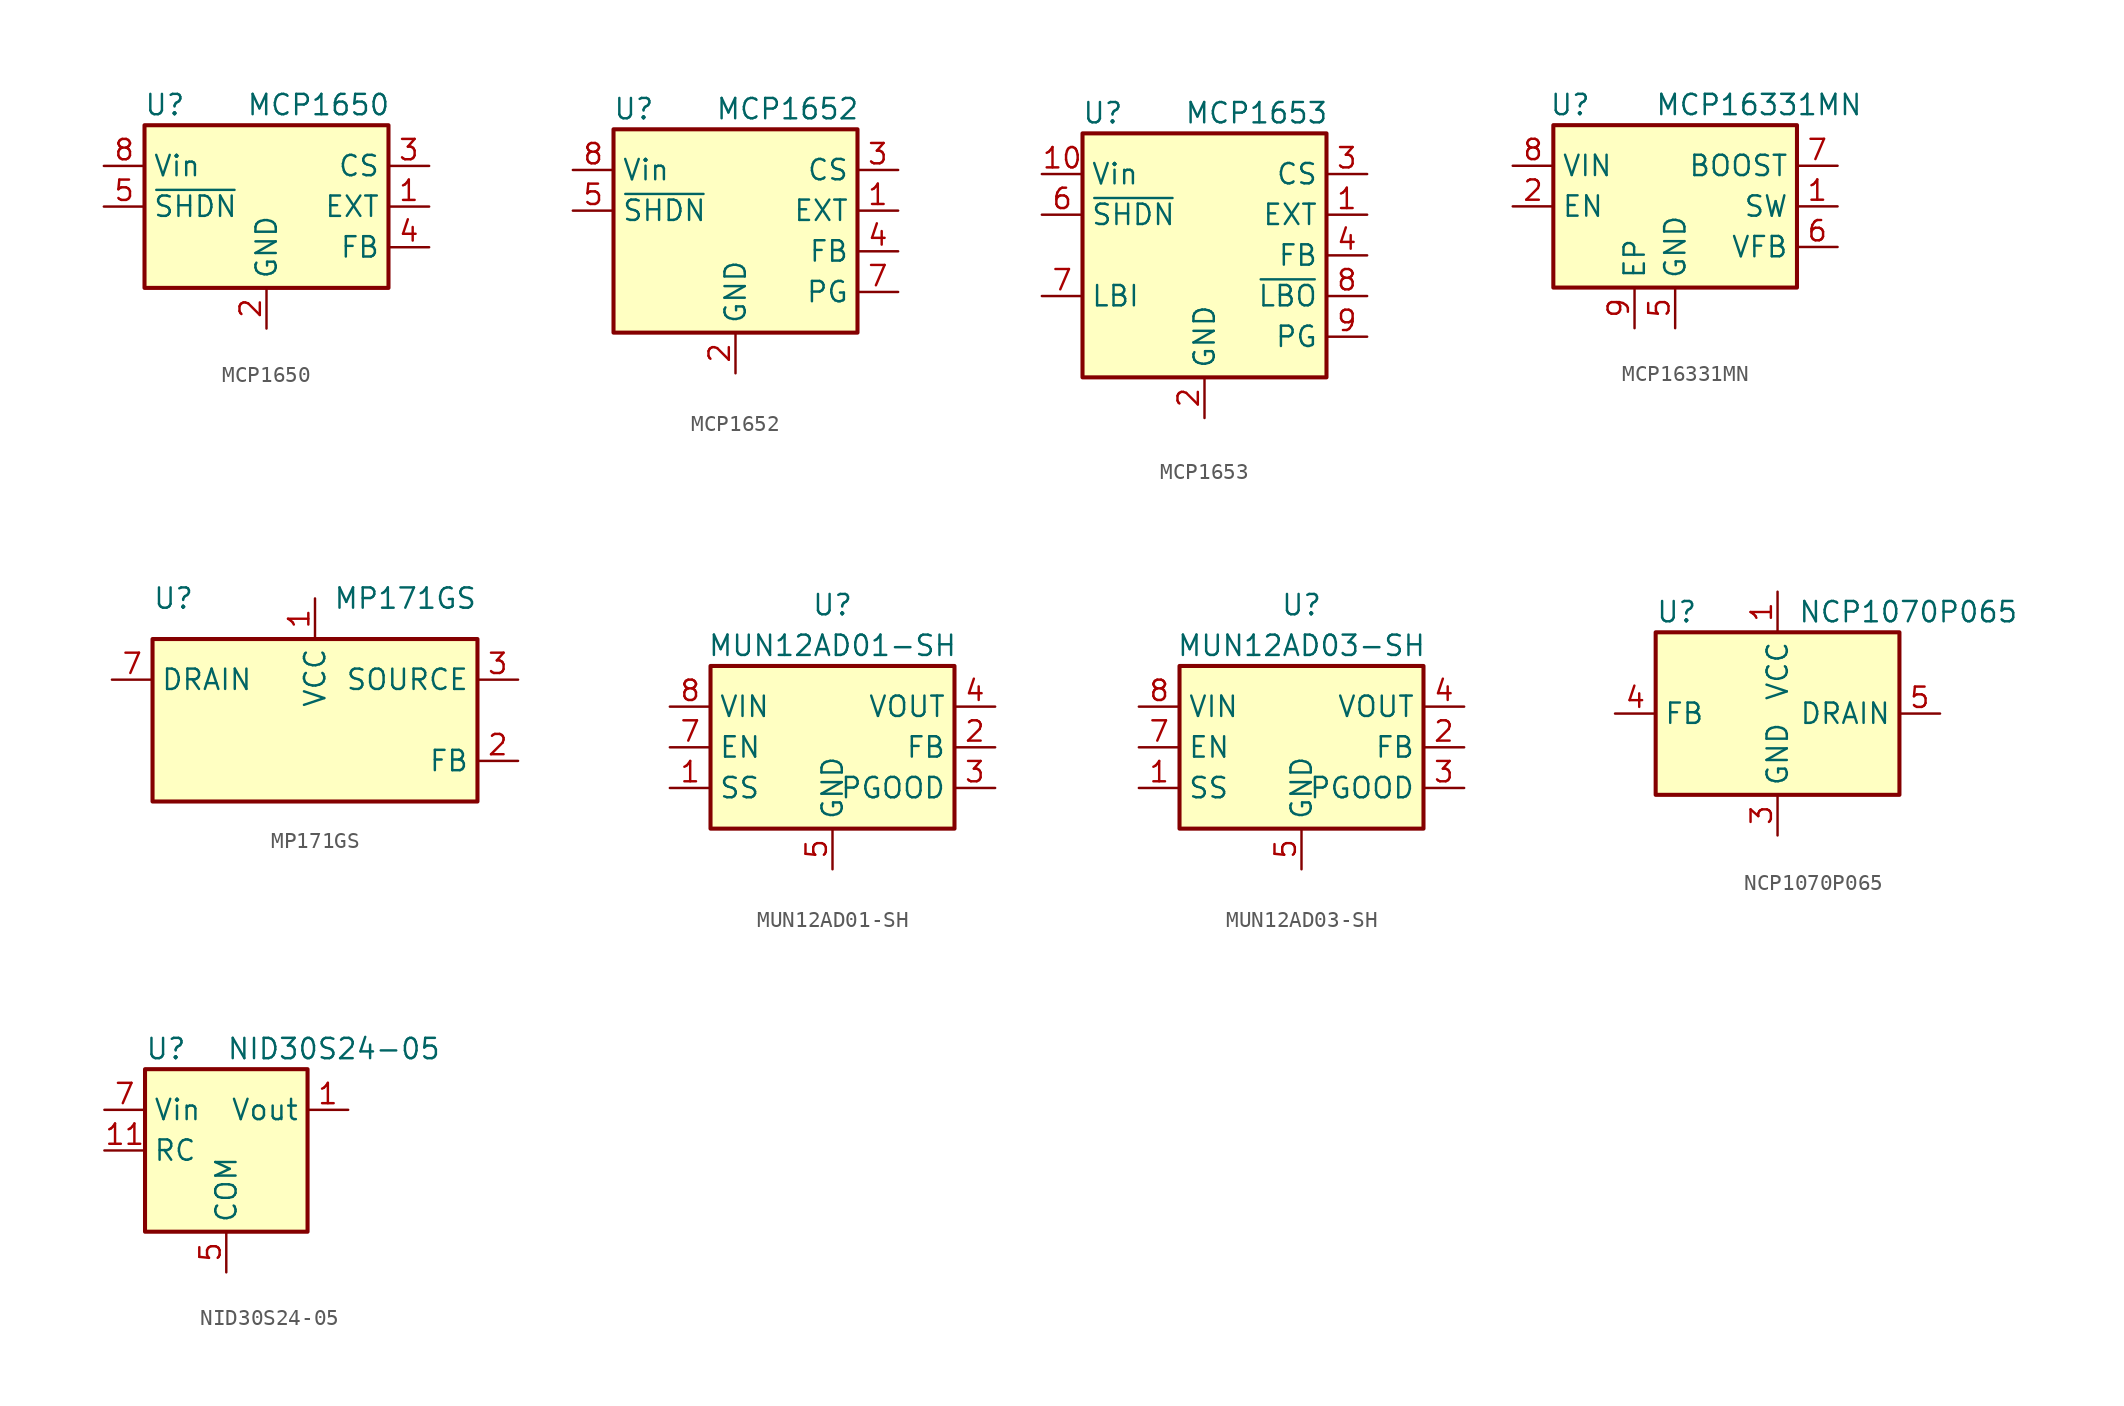
<source format=kicad_sym>
(kicad_symbol_lib
  (version 20201005)
  (generator kicad_symbol_editor)
  (symbol "Regulator_Switching:MCP1650"
    (property "Reference" "U"
      (at -6.35 6.35 0)
      (effects (font (size 1.27 1.27))))
    (property "Value" "MCP1650"
      (at -1.27 6.35 0)
      (effects (font (size 1.27 1.27)) (justify left)))
    (symbol "MCP1650_0_1"
      (rectangle (start -7.62 5.08) (end 7.62 -5.08) (stroke (width 0.254)) (fill (type background))))
    (symbol "MCP1650_1_1"
      (pin open_emitter line (at 10.16 0 180) (length 2.54) (name "EXT" (effects (font (size 1.27 1.27)))) (number "1" (effects (font (size 1.27 1.27)))))
      (pin power_in line (at 0 -7.62 90) (length 2.54) (name "GND" (effects (font (size 1.27 1.27)))) (number "2" (effects (font (size 1.27 1.27)))))
      (pin input line (at 10.16 2.54 180) (length 2.54) (name "CS" (effects (font (size 1.27 1.27)))) (number "3" (effects (font (size 1.27 1.27)))))
      (pin input line (at 10.16 -2.54 180) (length 2.54) (name "FB" (effects (font (size 1.27 1.27)))) (number "4" (effects (font (size 1.27 1.27)))))
      (pin input line (at -10.16 0 0) (length 2.54) (name "~SHDN" (effects (font (size 1.27 1.27)))) (number "5" (effects (font (size 1.27 1.27)))))
      (pin no_connect line (at -2.54 -5.08 90) (length 2.54) hide (name "NC" (effects (font (size 1.27 1.27)))) (number "6" (effects (font (size 1.27 1.27)))))
      (pin no_connect line (at -7.62 -2.54 0) (length 2.54) hide (name "NC" (effects (font (size 1.27 1.27)))) (number "7" (effects (font (size 1.27 1.27)))))
      (pin power_in line (at -10.16 2.54 0) (length 2.54) (name "Vin" (effects (font (size 1.27 1.27)))) (number "8" (effects (font (size 1.27 1.27)))))))
  (symbol "Regulator_Switching:MCP1652"
    (property "Reference" "U"
      (at -6.35 6.35 0)
      (effects (font (size 1.27 1.27))))
    (property "Value" "MCP1652"
      (at -1.27 6.35 0)
      (effects (font (size 1.27 1.27)) (justify left)))
    (symbol "MCP1652_0_1"
      (rectangle (start -7.62 5.08) (end 7.62 -7.62) (stroke (width 0.254)) (fill (type background))))
    (symbol "MCP1652_1_1"
      (pin open_emitter line (at 10.16 0 180) (length 2.54) (name "EXT" (effects (font (size 1.27 1.27)))) (number "1" (effects (font (size 1.27 1.27)))))
      (pin power_in line (at 0 -10.16 90) (length 2.54) (name "GND" (effects (font (size 1.27 1.27)))) (number "2" (effects (font (size 1.27 1.27)))))
      (pin input line (at 10.16 2.54 180) (length 2.54) (name "CS" (effects (font (size 1.27 1.27)))) (number "3" (effects (font (size 1.27 1.27)))))
      (pin input line (at 10.16 -2.54 180) (length 2.54) (name "FB" (effects (font (size 1.27 1.27)))) (number "4" (effects (font (size 1.27 1.27)))))
      (pin input line (at -10.16 0 0) (length 2.54) (name "~SHDN" (effects (font (size 1.27 1.27)))) (number "5" (effects (font (size 1.27 1.27)))))
      (pin no_connect line (at -2.54 -7.62 90) (length 2.54) hide (name "NC" (effects (font (size 1.27 1.27)))) (number "6" (effects (font (size 1.27 1.27)))))
      (pin output line (at 10.16 -5.08 180) (length 2.54) (name "PG" (effects (font (size 1.27 1.27)))) (number "7" (effects (font (size 1.27 1.27)))))
      (pin power_in line (at -10.16 2.54 0) (length 2.54) (name "Vin" (effects (font (size 1.27 1.27)))) (number "8" (effects (font (size 1.27 1.27)))))))
  (symbol "Regulator_Switching:MCP1653"
    (property "Reference" "U"
      (at -6.35 8.89 0)
      (effects (font (size 1.27 1.27))))
    (property "Value" "MCP1653"
      (at -1.27 8.89 0)
      (effects (font (size 1.27 1.27)) (justify left)))
    (symbol "MCP1653_0_1"
      (rectangle (start -7.62 7.62) (end 7.62 -7.62) (stroke (width 0.254)) (fill (type background))))
    (symbol "MCP1653_1_1"
      (pin open_emitter line (at 10.16 2.54 180) (length 2.54) (name "EXT" (effects (font (size 1.27 1.27)))) (number "1" (effects (font (size 1.27 1.27)))))
      (pin power_in line (at -10.16 5.08 0) (length 2.54) (name "Vin" (effects (font (size 1.27 1.27)))) (number "10" (effects (font (size 1.27 1.27)))))
      (pin power_in line (at 0 -10.16 90) (length 2.54) (name "GND" (effects (font (size 1.27 1.27)))) (number "2" (effects (font (size 1.27 1.27)))))
      (pin input line (at 10.16 5.08 180) (length 2.54) (name "CS" (effects (font (size 1.27 1.27)))) (number "3" (effects (font (size 1.27 1.27)))))
      (pin input line (at 10.16 0 180) (length 2.54) (name "FB" (effects (font (size 1.27 1.27)))) (number "4" (effects (font (size 1.27 1.27)))))
      (pin no_connect line (at -7.62 0 0) (length 2.54) hide (name "NC" (effects (font (size 1.27 1.27)))) (number "5" (effects (font (size 1.27 1.27)))))
      (pin input line (at -10.16 2.54 0) (length 2.54) (name "~SHDN" (effects (font (size 1.27 1.27)))) (number "6" (effects (font (size 1.27 1.27)))))
      (pin input line (at -10.16 -2.54 0) (length 2.54) (name "LBI" (effects (font (size 1.27 1.27)))) (number "7" (effects (font (size 1.27 1.27)))))
      (pin output line (at 10.16 -2.54 180) (length 2.54) (name "~LBO" (effects (font (size 1.27 1.27)))) (number "8" (effects (font (size 1.27 1.27)))))
      (pin output line (at 10.16 -5.08 180) (length 2.54) (name "PG" (effects (font (size 1.27 1.27)))) (number "9" (effects (font (size 1.27 1.27)))))))
  (symbol "Regulator_Switching:MCP16331MN"
    (property "Reference" "U"
      (at -7.874 6.35 0)
      (effects (font (size 1.27 1.27)) (justify left)))
    (property "Value" "MCP16331MN"
      (at -1.27 6.35 0)
      (effects (font (size 1.27 1.27)) (justify left)))
    (symbol "MCP16331MN_0_1"
      (rectangle (start -7.62 5.08) (end 7.62 -5.08) (stroke (width 0.254)) (fill (type background))))
    (symbol "MCP16331MN_1_1"
      (pin output line (at 10.16 0 180) (length 2.54) (name "SW" (effects (font (size 1.27 1.27)))) (number "1" (effects (font (size 1.27 1.27)))))
      (pin input line (at -10.16 0 0) (length 2.54) (name "EN" (effects (font (size 1.27 1.27)))) (number "2" (effects (font (size 1.27 1.27)))))
      (pin no_connect line (at 2.54 -5.08 90) (length 2.54) hide (name "NC" (effects (font (size 1.27 1.27)))) (number "3" (effects (font (size 1.27 1.27)))))
      (pin no_connect line (at -7.62 -2.54 0) (length 2.54) hide (name "NC" (effects (font (size 1.27 1.27)))) (number "4" (effects (font (size 1.27 1.27)))))
      (pin power_in line (at 0 -7.62 90) (length 2.54) (name "GND" (effects (font (size 1.27 1.27)))) (number "5" (effects (font (size 1.27 1.27)))))
      (pin input line (at 10.16 -2.54 180) (length 2.54) (name "VFB" (effects (font (size 1.27 1.27)))) (number "6" (effects (font (size 1.27 1.27)))))
      (pin input line (at 10.16 2.54 180) (length 2.54) (name "BOOST" (effects (font (size 1.27 1.27)))) (number "7" (effects (font (size 1.27 1.27)))))
      (pin power_in line (at -10.16 2.54 0) (length 2.54) (name "VIN" (effects (font (size 1.27 1.27)))) (number "8" (effects (font (size 1.27 1.27)))))
      (pin power_in line (at -2.54 -7.62 90) (length 2.54) (name "EP" (effects (font (size 1.27 1.27)))) (number "9" (effects (font (size 1.27 1.27)))))))
  (symbol "Regulator_Switching:MP171GS"
    (property "Reference" "U"
      (at -10.16 7.62 0)
      (effects (font (size 1.27 1.27)) (justify left)))
    (property "Value" "MP171GS"
      (at 10.16 7.62 0)
      (effects (font (size 1.27 1.27)) (justify right)))
    (symbol "MP171GS_1_1"
      (rectangle (start 10.16 5.08) (end -10.16 -5.08) (stroke (width 0.254)) (fill (type background)))
      (pin power_in line (at 0 7.62 270) (length 2.54) (name "VCC" (effects (font (size 1.27 1.27)))) (number "1" (effects (font (size 1.27 1.27)))))
      (pin passive line (at 12.7 -2.54 180) (length 2.54) (name "FB" (effects (font (size 1.27 1.27)))) (number "2" (effects (font (size 1.27 1.27)))))
      (pin power_out line (at 12.7 2.54 180) (length 2.54) (name "SOURCE" (effects (font (size 1.27 1.27)))) (number "3" (effects (font (size 1.27 1.27)))))
      (pin passive line (at 12.7 2.54 180) (length 2.54) hide (name "SOURCE" (effects (font (size 1.27 1.27)))) (number "4" (effects (font (size 1.27 1.27)))))
      (pin no_connect line (at -10.16 0 0) (length 2.54) hide (name "NC" (effects (font (size 1.27 1.27)))) (number "5" (effects (font (size 1.27 1.27)))))
      (pin no_connect line (at -10.16 -2.54 0) (length 2.54) hide (name "NC" (effects (font (size 1.27 1.27)))) (number "6" (effects (font (size 1.27 1.27)))))
      (pin power_in line (at -12.7 2.54 0) (length 2.54) (name "DRAIN" (effects (font (size 1.27 1.27)))) (number "7" (effects (font (size 1.27 1.27)))))
      (pin no_connect line (at 10.16 0 180) (length 2.54) hide (name "NC" (effects (font (size 1.27 1.27)))) (number "8" (effects (font (size 1.27 1.27)))))))
  (symbol "Regulator_Switching:MUN12AD01-SH"
    (property "Reference" "U"
      (at 0 8.89 0)
      (effects (font (size 1.27 1.27))))
    (property "Value" "MUN12AD01-SH"
      (at 0 6.35 0)
      (effects (font (size 1.27 1.27))))
    (symbol "MUN12AD01-SH_0_1"
      (rectangle (start -7.62 5.08) (end 7.62 -5.08) (stroke (width 0.254)) (fill (type background))))
    (symbol "MUN12AD01-SH_1_1"
      (pin input line (at -10.16 -2.54 0) (length 2.54) (name "SS" (effects (font (size 1.27 1.27)))) (number "1" (effects (font (size 1.27 1.27)))))
      (pin input line (at 10.16 0 180) (length 2.54) (name "FB" (effects (font (size 1.27 1.27)))) (number "2" (effects (font (size 1.27 1.27)))))
      (pin open_collector line (at 10.16 -2.54 180) (length 2.54) (name "PGOOD" (effects (font (size 1.27 1.27)))) (number "3" (effects (font (size 1.27 1.27)))))
      (pin power_out line (at 10.16 2.54 180) (length 2.54) (name "VOUT" (effects (font (size 1.27 1.27)))) (number "4" (effects (font (size 1.27 1.27)))))
      (pin power_in line (at 0 -7.62 90) (length 2.54) (name "GND" (effects (font (size 1.27 1.27)))) (number "5" (effects (font (size 1.27 1.27)))))
      (pin no_connect line (at -2.54 -5.08 90) (length 2.54) hide (name "NC" (effects (font (size 1.27 1.27)))) (number "6" (effects (font (size 1.27 1.27)))))
      (pin input line (at -10.16 0 0) (length 2.54) (name "EN" (effects (font (size 1.27 1.27)))) (number "7" (effects (font (size 1.27 1.27)))))
      (pin power_in line (at -10.16 2.54 0) (length 2.54) (name "VIN" (effects (font (size 1.27 1.27)))) (number "8" (effects (font (size 1.27 1.27)))))
      (pin passive line (at 0 -7.62 90) (length 2.54) hide (name "GND" (effects (font (size 1.27 1.27)))) (number "9" (effects (font (size 1.27 1.27)))))))
  (symbol "Regulator_Switching:MUN12AD03-SH"
    (property "Reference" "U"
      (at 0 8.89 0)
      (effects (font (size 1.27 1.27))))
    (property "Value" "MUN12AD03-SH"
      (at 0 6.35 0)
      (effects (font (size 1.27 1.27))))
    (symbol "MUN12AD03-SH_0_1"
      (rectangle (start -7.62 5.08) (end 7.62 -5.08) (stroke (width 0.254)) (fill (type background))))
    (symbol "MUN12AD03-SH_1_1"
      (pin input line (at -10.16 -2.54 0) (length 2.54) (name "SS" (effects (font (size 1.27 1.27)))) (number "1" (effects (font (size 1.27 1.27)))))
      (pin passive line (at 0 -7.62 90) (length 2.54) hide (name "GND" (effects (font (size 1.27 1.27)))) (number "10" (effects (font (size 1.27 1.27)))))
      (pin passive line (at 0 -7.62 90) (length 2.54) hide (name "GND" (effects (font (size 1.27 1.27)))) (number "11" (effects (font (size 1.27 1.27)))))
      (pin input line (at 10.16 0 180) (length 2.54) (name "FB" (effects (font (size 1.27 1.27)))) (number "2" (effects (font (size 1.27 1.27)))))
      (pin open_collector line (at 10.16 -2.54 180) (length 2.54) (name "PGOOD" (effects (font (size 1.27 1.27)))) (number "3" (effects (font (size 1.27 1.27)))))
      (pin power_out line (at 10.16 2.54 180) (length 2.54) (name "VOUT" (effects (font (size 1.27 1.27)))) (number "4" (effects (font (size 1.27 1.27)))))
      (pin power_in line (at 0 -7.62 90) (length 2.54) (name "GND" (effects (font (size 1.27 1.27)))) (number "5" (effects (font (size 1.27 1.27)))))
      (pin no_connect line (at -2.54 -5.08 90) (length 2.54) hide (name "NC" (effects (font (size 1.27 1.27)))) (number "6" (effects (font (size 1.27 1.27)))))
      (pin input line (at -10.16 0 0) (length 2.54) (name "EN" (effects (font (size 1.27 1.27)))) (number "7" (effects (font (size 1.27 1.27)))))
      (pin power_in line (at -10.16 2.54 0) (length 2.54) (name "VIN" (effects (font (size 1.27 1.27)))) (number "8" (effects (font (size 1.27 1.27)))))
      (pin passive line (at 10.16 2.54 180) (length 2.54) hide (name "VOUT" (effects (font (size 1.27 1.27)))) (number "9" (effects (font (size 1.27 1.27)))))))
  (symbol "Regulator_Switching:NCP1070P065"
    (property "Reference" "U"
      (at -7.62 6.35 0)
      (effects (font (size 1.27 1.27)) (justify left)))
    (property "Value" "NCP1070P065"
      (at 1.27 6.35 0)
      (effects (font (size 1.27 1.27)) (justify left)))
    (symbol "NCP1070P065_0_1"
      (rectangle (start -7.62 5.08) (end 7.62 -5.08) (stroke (width 0.254)) (fill (type background))))
    (symbol "NCP1070P065_1_1"
      (pin power_in line (at 0 7.62 270) (length 2.54) (name "VCC" (effects (font (size 1.27 1.27)))) (number "1" (effects (font (size 1.27 1.27)))))
      (pin no_connect line (at -7.62 2.54 0) (length 2.54) hide (name "NC" (effects (font (size 1.27 1.27)))) (number "2" (effects (font (size 1.27 1.27)))))
      (pin power_in line (at 0 -7.62 90) (length 2.54) (name "GND" (effects (font (size 1.27 1.27)))) (number "3" (effects (font (size 1.27 1.27)))))
      (pin input line (at -10.16 0 0) (length 2.54) (name "FB" (effects (font (size 1.27 1.27)))) (number "4" (effects (font (size 1.27 1.27)))))
      (pin open_collector line (at 10.16 0 180) (length 2.54) (name "DRAIN" (effects (font (size 1.27 1.27)))) (number "5" (effects (font (size 1.27 1.27)))))
      (pin passive line (at 0 -7.62 90) (length 2.54) hide (name "GND" (effects (font (size 1.27 1.27)))) (number "7" (effects (font (size 1.27 1.27)))))
      (pin passive line (at 0 -7.62 90) (length 2.54) hide (name "GND" (effects (font (size 1.27 1.27)))) (number "8" (effects (font (size 1.27 1.27)))))))
  (symbol "Regulator_Switching:NID30S24-05"
    (property "Reference" "U"
      (at -5.08 6.35 0)
      (effects (font (size 1.27 1.27)) (justify left)))
    (property "Value" "NID30S24-05"
      (at 0 6.35 0)
      (effects (font (size 1.27 1.27)) (justify left)))
    (symbol "NID30S24-05_0_1"
      (rectangle (start -5.08 5.08) (end 5.08 -5.08) (stroke (width 0.254)) (fill (type background))))
    (symbol "NID30S24-05_1_1"
      (pin power_out line (at 7.62 2.54 180) (length 2.54) (name "Vout" (effects (font (size 1.27 1.27)))) (number "1" (effects (font (size 1.27 1.27)))))
      (pin no_connect line (at 5.08 -2.54 180) (length 2.54) hide (name "NC" (effects (font (size 1.27 1.27)))) (number "10" (effects (font (size 1.27 1.27)))))
      (pin input line (at -7.62 0 0) (length 2.54) (name "RC" (effects (font (size 1.27 1.27)))) (number "11" (effects (font (size 1.27 1.27)))))
      (pin passive line (at 7.62 2.54 180) (length 2.54) hide (name "Vout" (effects (font (size 1.27 1.27)))) (number "2" (effects (font (size 1.27 1.27)))))
      (pin passive line (at 7.62 2.54 180) (length 2.54) hide (name "Vout" (effects (font (size 1.27 1.27)))) (number "3" (effects (font (size 1.27 1.27)))))
      (pin passive line (at 7.62 2.54 180) (length 2.54) hide (name "Vout" (effects (font (size 1.27 1.27)))) (number "4" (effects (font (size 1.27 1.27)))))
      (pin power_in line (at 0 -7.62 90) (length 2.54) (name "COM" (effects (font (size 1.27 1.27)))) (number "5" (effects (font (size 1.27 1.27)))))
      (pin passive line (at 0 -7.62 90) (length 2.54) hide (name "COM" (effects (font (size 1.27 1.27)))) (number "6" (effects (font (size 1.27 1.27)))))
      (pin power_in line (at -7.62 2.54 0) (length 2.54) (name "Vin" (effects (font (size 1.27 1.27)))) (number "7" (effects (font (size 1.27 1.27)))))
      (pin passive line (at -7.62 2.54 0) (length 2.54) hide (name "Vin" (effects (font (size 1.27 1.27)))) (number "8" (effects (font (size 1.27 1.27)))))
      (pin no_connect line (at 5.08 0 180) (length 2.54) hide (name "NC" (effects (font (size 1.27 1.27)))) (number "9" (effects (font (size 1.27 1.27))))))))
</source>
